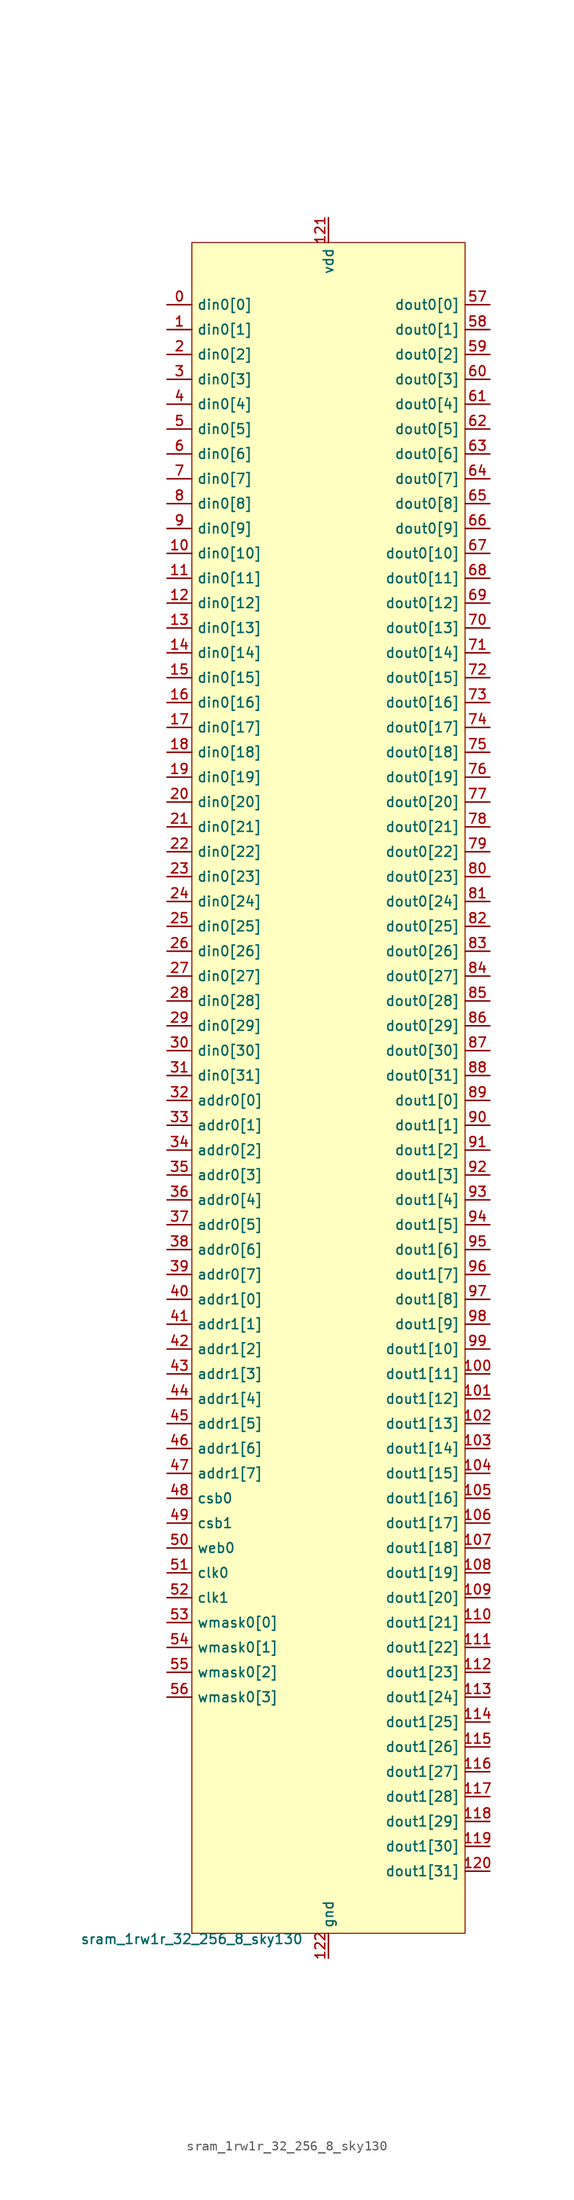
<source format=kicad_sym>
(kicad_symbol_lib
  (version 20211014)
  (generator lef2kicad_sym)
  (symbol "sram_1rw1r_32_256_8_sky130"
    (property "Reference" "X"
      (at 0 0 0)
      (effects (font (size 1 1)) hide))
    (property "Value" "sram_1rw1r_32_256_8_sky130"
      (at -13.97 -86.36 0)
      (effects (font (size 1 1)) (justify top)))
    (rectangle
      (start -13.97 -86.36)
      (end 13.97 86.36)
      (stroke (width 0.1) (type solid) (color 0 0 0 0))
      (fill (type background)))
    (pin input line
      (at -16.51 80.01 0)
      (length 2.54)
      (name "din0[0]" (effects (font (size 1 1)) hide))
      (number "0" (effects (font (size 1 1)) hide)))
    (pin input line
      (at -16.51 77.47 0)
      (length 2.54)
      (name "din0[1]" (effects (font (size 1 1)) hide))
      (number "1" (effects (font (size 1 1)) hide)))
    (pin input line
      (at -16.51 74.93 0)
      (length 2.54)
      (name "din0[2]" (effects (font (size 1 1)) hide))
      (number "2" (effects (font (size 1 1)) hide)))
    (pin input line
      (at -16.51 72.39 0)
      (length 2.54)
      (name "din0[3]" (effects (font (size 1 1)) hide))
      (number "3" (effects (font (size 1 1)) hide)))
    (pin input line
      (at -16.51 69.85 0)
      (length 2.54)
      (name "din0[4]" (effects (font (size 1 1)) hide))
      (number "4" (effects (font (size 1 1)) hide)))
    (pin input line
      (at -16.51 67.31 0)
      (length 2.54)
      (name "din0[5]" (effects (font (size 1 1)) hide))
      (number "5" (effects (font (size 1 1)) hide)))
    (pin input line
      (at -16.51 64.77 0)
      (length 2.54)
      (name "din0[6]" (effects (font (size 1 1)) hide))
      (number "6" (effects (font (size 1 1)) hide)))
    (pin input line
      (at -16.51 62.23 0)
      (length 2.54)
      (name "din0[7]" (effects (font (size 1 1)) hide))
      (number "7" (effects (font (size 1 1)) hide)))
    (pin input line
      (at -16.51 59.69 0)
      (length 2.54)
      (name "din0[8]" (effects (font (size 1 1)) hide))
      (number "8" (effects (font (size 1 1)) hide)))
    (pin input line
      (at -16.51 57.15 0)
      (length 2.54)
      (name "din0[9]" (effects (font (size 1 1)) hide))
      (number "9" (effects (font (size 1 1)) hide)))
    (pin input line
      (at -16.51 54.61 0)
      (length 2.54)
      (name "din0[10]" (effects (font (size 1 1)) hide))
      (number "10" (effects (font (size 1 1)) hide)))
    (pin input line
      (at -16.51 52.07 0)
      (length 2.54)
      (name "din0[11]" (effects (font (size 1 1)) hide))
      (number "11" (effects (font (size 1 1)) hide)))
    (pin input line
      (at -16.51 49.53 0)
      (length 2.54)
      (name "din0[12]" (effects (font (size 1 1)) hide))
      (number "12" (effects (font (size 1 1)) hide)))
    (pin input line
      (at -16.51 46.99 0)
      (length 2.54)
      (name "din0[13]" (effects (font (size 1 1)) hide))
      (number "13" (effects (font (size 1 1)) hide)))
    (pin input line
      (at -16.51 44.45 0)
      (length 2.54)
      (name "din0[14]" (effects (font (size 1 1)) hide))
      (number "14" (effects (font (size 1 1)) hide)))
    (pin input line
      (at -16.51 41.91 0)
      (length 2.54)
      (name "din0[15]" (effects (font (size 1 1)) hide))
      (number "15" (effects (font (size 1 1)) hide)))
    (pin input line
      (at -16.51 39.37 0)
      (length 2.54)
      (name "din0[16]" (effects (font (size 1 1)) hide))
      (number "16" (effects (font (size 1 1)) hide)))
    (pin input line
      (at -16.51 36.83 0)
      (length 2.54)
      (name "din0[17]" (effects (font (size 1 1)) hide))
      (number "17" (effects (font (size 1 1)) hide)))
    (pin input line
      (at -16.51 34.29 0)
      (length 2.54)
      (name "din0[18]" (effects (font (size 1 1)) hide))
      (number "18" (effects (font (size 1 1)) hide)))
    (pin input line
      (at -16.51 31.75 0)
      (length 2.54)
      (name "din0[19]" (effects (font (size 1 1)) hide))
      (number "19" (effects (font (size 1 1)) hide)))
    (pin input line
      (at -16.51 29.21 0)
      (length 2.54)
      (name "din0[20]" (effects (font (size 1 1)) hide))
      (number "20" (effects (font (size 1 1)) hide)))
    (pin input line
      (at -16.51 26.67 0)
      (length 2.54)
      (name "din0[21]" (effects (font (size 1 1)) hide))
      (number "21" (effects (font (size 1 1)) hide)))
    (pin input line
      (at -16.51 24.13 0)
      (length 2.54)
      (name "din0[22]" (effects (font (size 1 1)) hide))
      (number "22" (effects (font (size 1 1)) hide)))
    (pin input line
      (at -16.51 21.59 0)
      (length 2.54)
      (name "din0[23]" (effects (font (size 1 1)) hide))
      (number "23" (effects (font (size 1 1)) hide)))
    (pin input line
      (at -16.51 19.05 0)
      (length 2.54)
      (name "din0[24]" (effects (font (size 1 1)) hide))
      (number "24" (effects (font (size 1 1)) hide)))
    (pin input line
      (at -16.51 16.51 0)
      (length 2.54)
      (name "din0[25]" (effects (font (size 1 1)) hide))
      (number "25" (effects (font (size 1 1)) hide)))
    (pin input line
      (at -16.51 13.97 0)
      (length 2.54)
      (name "din0[26]" (effects (font (size 1 1)) hide))
      (number "26" (effects (font (size 1 1)) hide)))
    (pin input line
      (at -16.51 11.43 0)
      (length 2.54)
      (name "din0[27]" (effects (font (size 1 1)) hide))
      (number "27" (effects (font (size 1 1)) hide)))
    (pin input line
      (at -16.51 8.89 0)
      (length 2.54)
      (name "din0[28]" (effects (font (size 1 1)) hide))
      (number "28" (effects (font (size 1 1)) hide)))
    (pin input line
      (at -16.51 6.35 0)
      (length 2.54)
      (name "din0[29]" (effects (font (size 1 1)) hide))
      (number "29" (effects (font (size 1 1)) hide)))
    (pin input line
      (at -16.51 3.81 0)
      (length 2.54)
      (name "din0[30]" (effects (font (size 1 1)) hide))
      (number "30" (effects (font (size 1 1)) hide)))
    (pin input line
      (at -16.51 1.27 0)
      (length 2.54)
      (name "din0[31]" (effects (font (size 1 1)) hide))
      (number "31" (effects (font (size 1 1)) hide)))
    (pin input line
      (at -16.51 -1.27 0)
      (length 2.54)
      (name "addr0[0]" (effects (font (size 1 1)) hide))
      (number "32" (effects (font (size 1 1)) hide)))
    (pin input line
      (at -16.51 -3.81 0)
      (length 2.54)
      (name "addr0[1]" (effects (font (size 1 1)) hide))
      (number "33" (effects (font (size 1 1)) hide)))
    (pin input line
      (at -16.51 -6.35 0)
      (length 2.54)
      (name "addr0[2]" (effects (font (size 1 1)) hide))
      (number "34" (effects (font (size 1 1)) hide)))
    (pin input line
      (at -16.51 -8.89 0)
      (length 2.54)
      (name "addr0[3]" (effects (font (size 1 1)) hide))
      (number "35" (effects (font (size 1 1)) hide)))
    (pin input line
      (at -16.51 -11.43 0)
      (length 2.54)
      (name "addr0[4]" (effects (font (size 1 1)) hide))
      (number "36" (effects (font (size 1 1)) hide)))
    (pin input line
      (at -16.51 -13.97 0)
      (length 2.54)
      (name "addr0[5]" (effects (font (size 1 1)) hide))
      (number "37" (effects (font (size 1 1)) hide)))
    (pin input line
      (at -16.51 -16.51 0)
      (length 2.54)
      (name "addr0[6]" (effects (font (size 1 1)) hide))
      (number "38" (effects (font (size 1 1)) hide)))
    (pin input line
      (at -16.51 -19.05 0)
      (length 2.54)
      (name "addr0[7]" (effects (font (size 1 1)) hide))
      (number "39" (effects (font (size 1 1)) hide)))
    (pin input line
      (at -16.51 -21.59 0)
      (length 2.54)
      (name "addr1[0]" (effects (font (size 1 1)) hide))
      (number "40" (effects (font (size 1 1)) hide)))
    (pin input line
      (at -16.51 -24.13 0)
      (length 2.54)
      (name "addr1[1]" (effects (font (size 1 1)) hide))
      (number "41" (effects (font (size 1 1)) hide)))
    (pin input line
      (at -16.51 -26.67 0)
      (length 2.54)
      (name "addr1[2]" (effects (font (size 1 1)) hide))
      (number "42" (effects (font (size 1 1)) hide)))
    (pin input line
      (at -16.51 -29.21 0)
      (length 2.54)
      (name "addr1[3]" (effects (font (size 1 1)) hide))
      (number "43" (effects (font (size 1 1)) hide)))
    (pin input line
      (at -16.51 -31.75 0)
      (length 2.54)
      (name "addr1[4]" (effects (font (size 1 1)) hide))
      (number "44" (effects (font (size 1 1)) hide)))
    (pin input line
      (at -16.51 -34.29 0)
      (length 2.54)
      (name "addr1[5]" (effects (font (size 1 1)) hide))
      (number "45" (effects (font (size 1 1)) hide)))
    (pin input line
      (at -16.51 -36.83 0)
      (length 2.54)
      (name "addr1[6]" (effects (font (size 1 1)) hide))
      (number "46" (effects (font (size 1 1)) hide)))
    (pin input line
      (at -16.51 -39.37 0)
      (length 2.54)
      (name "addr1[7]" (effects (font (size 1 1)) hide))
      (number "47" (effects (font (size 1 1)) hide)))
    (pin input line
      (at -16.51 -41.91 0)
      (length 2.54)
      (name "csb0" (effects (font (size 1 1)) hide))
      (number "48" (effects (font (size 1 1)) hide)))
    (pin input line
      (at -16.51 -44.45 0)
      (length 2.54)
      (name "csb1" (effects (font (size 1 1)) hide))
      (number "49" (effects (font (size 1 1)) hide)))
    (pin input line
      (at -16.51 -46.99 0)
      (length 2.54)
      (name "web0" (effects (font (size 1 1)) hide))
      (number "50" (effects (font (size 1 1)) hide)))
    (pin input line
      (at -16.51 -49.53 0)
      (length 2.54)
      (name "clk0" (effects (font (size 1 1)) hide))
      (number "51" (effects (font (size 1 1)) hide)))
    (pin input line
      (at -16.51 -52.07 0)
      (length 2.54)
      (name "clk1" (effects (font (size 1 1)) hide))
      (number "52" (effects (font (size 1 1)) hide)))
    (pin input line
      (at -16.51 -54.61 0)
      (length 2.54)
      (name "wmask0[0]" (effects (font (size 1 1)) hide))
      (number "53" (effects (font (size 1 1)) hide)))
    (pin input line
      (at -16.51 -57.15 0)
      (length 2.54)
      (name "wmask0[1]" (effects (font (size 1 1)) hide))
      (number "54" (effects (font (size 1 1)) hide)))
    (pin input line
      (at -16.51 -59.69 0)
      (length 2.54)
      (name "wmask0[2]" (effects (font (size 1 1)) hide))
      (number "55" (effects (font (size 1 1)) hide)))
    (pin input line
      (at -16.51 -62.23 0)
      (length 2.54)
      (name "wmask0[3]" (effects (font (size 1 1)) hide))
      (number "56" (effects (font (size 1 1)) hide)))
    (pin output line
      (at 16.51 80.01 180)
      (length 2.54)
      (name "dout0[0]" (effects (font (size 1 1)) hide))
      (number "57" (effects (font (size 1 1)) hide)))
    (pin output line
      (at 16.51 77.47 180)
      (length 2.54)
      (name "dout0[1]" (effects (font (size 1 1)) hide))
      (number "58" (effects (font (size 1 1)) hide)))
    (pin output line
      (at 16.51 74.93 180)
      (length 2.54)
      (name "dout0[2]" (effects (font (size 1 1)) hide))
      (number "59" (effects (font (size 1 1)) hide)))
    (pin output line
      (at 16.51 72.39 180)
      (length 2.54)
      (name "dout0[3]" (effects (font (size 1 1)) hide))
      (number "60" (effects (font (size 1 1)) hide)))
    (pin output line
      (at 16.51 69.85 180)
      (length 2.54)
      (name "dout0[4]" (effects (font (size 1 1)) hide))
      (number "61" (effects (font (size 1 1)) hide)))
    (pin output line
      (at 16.51 67.31 180)
      (length 2.54)
      (name "dout0[5]" (effects (font (size 1 1)) hide))
      (number "62" (effects (font (size 1 1)) hide)))
    (pin output line
      (at 16.51 64.77 180)
      (length 2.54)
      (name "dout0[6]" (effects (font (size 1 1)) hide))
      (number "63" (effects (font (size 1 1)) hide)))
    (pin output line
      (at 16.51 62.23 180)
      (length 2.54)
      (name "dout0[7]" (effects (font (size 1 1)) hide))
      (number "64" (effects (font (size 1 1)) hide)))
    (pin output line
      (at 16.51 59.69 180)
      (length 2.54)
      (name "dout0[8]" (effects (font (size 1 1)) hide))
      (number "65" (effects (font (size 1 1)) hide)))
    (pin output line
      (at 16.51 57.15 180)
      (length 2.54)
      (name "dout0[9]" (effects (font (size 1 1)) hide))
      (number "66" (effects (font (size 1 1)) hide)))
    (pin output line
      (at 16.51 54.61 180)
      (length 2.54)
      (name "dout0[10]" (effects (font (size 1 1)) hide))
      (number "67" (effects (font (size 1 1)) hide)))
    (pin output line
      (at 16.51 52.07 180)
      (length 2.54)
      (name "dout0[11]" (effects (font (size 1 1)) hide))
      (number "68" (effects (font (size 1 1)) hide)))
    (pin output line
      (at 16.51 49.53 180)
      (length 2.54)
      (name "dout0[12]" (effects (font (size 1 1)) hide))
      (number "69" (effects (font (size 1 1)) hide)))
    (pin output line
      (at 16.51 46.99 180)
      (length 2.54)
      (name "dout0[13]" (effects (font (size 1 1)) hide))
      (number "70" (effects (font (size 1 1)) hide)))
    (pin output line
      (at 16.51 44.45 180)
      (length 2.54)
      (name "dout0[14]" (effects (font (size 1 1)) hide))
      (number "71" (effects (font (size 1 1)) hide)))
    (pin output line
      (at 16.51 41.91 180)
      (length 2.54)
      (name "dout0[15]" (effects (font (size 1 1)) hide))
      (number "72" (effects (font (size 1 1)) hide)))
    (pin output line
      (at 16.51 39.37 180)
      (length 2.54)
      (name "dout0[16]" (effects (font (size 1 1)) hide))
      (number "73" (effects (font (size 1 1)) hide)))
    (pin output line
      (at 16.51 36.83 180)
      (length 2.54)
      (name "dout0[17]" (effects (font (size 1 1)) hide))
      (number "74" (effects (font (size 1 1)) hide)))
    (pin output line
      (at 16.51 34.29 180)
      (length 2.54)
      (name "dout0[18]" (effects (font (size 1 1)) hide))
      (number "75" (effects (font (size 1 1)) hide)))
    (pin output line
      (at 16.51 31.75 180)
      (length 2.54)
      (name "dout0[19]" (effects (font (size 1 1)) hide))
      (number "76" (effects (font (size 1 1)) hide)))
    (pin output line
      (at 16.51 29.21 180)
      (length 2.54)
      (name "dout0[20]" (effects (font (size 1 1)) hide))
      (number "77" (effects (font (size 1 1)) hide)))
    (pin output line
      (at 16.51 26.67 180)
      (length 2.54)
      (name "dout0[21]" (effects (font (size 1 1)) hide))
      (number "78" (effects (font (size 1 1)) hide)))
    (pin output line
      (at 16.51 24.13 180)
      (length 2.54)
      (name "dout0[22]" (effects (font (size 1 1)) hide))
      (number "79" (effects (font (size 1 1)) hide)))
    (pin output line
      (at 16.51 21.59 180)
      (length 2.54)
      (name "dout0[23]" (effects (font (size 1 1)) hide))
      (number "80" (effects (font (size 1 1)) hide)))
    (pin output line
      (at 16.51 19.05 180)
      (length 2.54)
      (name "dout0[24]" (effects (font (size 1 1)) hide))
      (number "81" (effects (font (size 1 1)) hide)))
    (pin output line
      (at 16.51 16.51 180)
      (length 2.54)
      (name "dout0[25]" (effects (font (size 1 1)) hide))
      (number "82" (effects (font (size 1 1)) hide)))
    (pin output line
      (at 16.51 13.97 180)
      (length 2.54)
      (name "dout0[26]" (effects (font (size 1 1)) hide))
      (number "83" (effects (font (size 1 1)) hide)))
    (pin output line
      (at 16.51 11.43 180)
      (length 2.54)
      (name "dout0[27]" (effects (font (size 1 1)) hide))
      (number "84" (effects (font (size 1 1)) hide)))
    (pin output line
      (at 16.51 8.89 180)
      (length 2.54)
      (name "dout0[28]" (effects (font (size 1 1)) hide))
      (number "85" (effects (font (size 1 1)) hide)))
    (pin output line
      (at 16.51 6.35 180)
      (length 2.54)
      (name "dout0[29]" (effects (font (size 1 1)) hide))
      (number "86" (effects (font (size 1 1)) hide)))
    (pin output line
      (at 16.51 3.81 180)
      (length 2.54)
      (name "dout0[30]" (effects (font (size 1 1)) hide))
      (number "87" (effects (font (size 1 1)) hide)))
    (pin output line
      (at 16.51 1.27 180)
      (length 2.54)
      (name "dout0[31]" (effects (font (size 1 1)) hide))
      (number "88" (effects (font (size 1 1)) hide)))
    (pin output line
      (at 16.51 -1.27 180)
      (length 2.54)
      (name "dout1[0]" (effects (font (size 1 1)) hide))
      (number "89" (effects (font (size 1 1)) hide)))
    (pin output line
      (at 16.51 -3.81 180)
      (length 2.54)
      (name "dout1[1]" (effects (font (size 1 1)) hide))
      (number "90" (effects (font (size 1 1)) hide)))
    (pin output line
      (at 16.51 -6.35 180)
      (length 2.54)
      (name "dout1[2]" (effects (font (size 1 1)) hide))
      (number "91" (effects (font (size 1 1)) hide)))
    (pin output line
      (at 16.51 -8.89 180)
      (length 2.54)
      (name "dout1[3]" (effects (font (size 1 1)) hide))
      (number "92" (effects (font (size 1 1)) hide)))
    (pin output line
      (at 16.51 -11.43 180)
      (length 2.54)
      (name "dout1[4]" (effects (font (size 1 1)) hide))
      (number "93" (effects (font (size 1 1)) hide)))
    (pin output line
      (at 16.51 -13.97 180)
      (length 2.54)
      (name "dout1[5]" (effects (font (size 1 1)) hide))
      (number "94" (effects (font (size 1 1)) hide)))
    (pin output line
      (at 16.51 -16.51 180)
      (length 2.54)
      (name "dout1[6]" (effects (font (size 1 1)) hide))
      (number "95" (effects (font (size 1 1)) hide)))
    (pin output line
      (at 16.51 -19.05 180)
      (length 2.54)
      (name "dout1[7]" (effects (font (size 1 1)) hide))
      (number "96" (effects (font (size 1 1)) hide)))
    (pin output line
      (at 16.51 -21.59 180)
      (length 2.54)
      (name "dout1[8]" (effects (font (size 1 1)) hide))
      (number "97" (effects (font (size 1 1)) hide)))
    (pin output line
      (at 16.51 -24.13 180)
      (length 2.54)
      (name "dout1[9]" (effects (font (size 1 1)) hide))
      (number "98" (effects (font (size 1 1)) hide)))
    (pin output line
      (at 16.51 -26.67 180)
      (length 2.54)
      (name "dout1[10]" (effects (font (size 1 1)) hide))
      (number "99" (effects (font (size 1 1)) hide)))
    (pin output line
      (at 16.51 -29.21 180)
      (length 2.54)
      (name "dout1[11]" (effects (font (size 1 1)) hide))
      (number "100" (effects (font (size 1 1)) hide)))
    (pin output line
      (at 16.51 -31.75 180)
      (length 2.54)
      (name "dout1[12]" (effects (font (size 1 1)) hide))
      (number "101" (effects (font (size 1 1)) hide)))
    (pin output line
      (at 16.51 -34.29 180)
      (length 2.54)
      (name "dout1[13]" (effects (font (size 1 1)) hide))
      (number "102" (effects (font (size 1 1)) hide)))
    (pin output line
      (at 16.51 -36.83 180)
      (length 2.54)
      (name "dout1[14]" (effects (font (size 1 1)) hide))
      (number "103" (effects (font (size 1 1)) hide)))
    (pin output line
      (at 16.51 -39.37 180)
      (length 2.54)
      (name "dout1[15]" (effects (font (size 1 1)) hide))
      (number "104" (effects (font (size 1 1)) hide)))
    (pin output line
      (at 16.51 -41.91 180)
      (length 2.54)
      (name "dout1[16]" (effects (font (size 1 1)) hide))
      (number "105" (effects (font (size 1 1)) hide)))
    (pin output line
      (at 16.51 -44.45 180)
      (length 2.54)
      (name "dout1[17]" (effects (font (size 1 1)) hide))
      (number "106" (effects (font (size 1 1)) hide)))
    (pin output line
      (at 16.51 -46.99 180)
      (length 2.54)
      (name "dout1[18]" (effects (font (size 1 1)) hide))
      (number "107" (effects (font (size 1 1)) hide)))
    (pin output line
      (at 16.51 -49.53 180)
      (length 2.54)
      (name "dout1[19]" (effects (font (size 1 1)) hide))
      (number "108" (effects (font (size 1 1)) hide)))
    (pin output line
      (at 16.51 -52.07 180)
      (length 2.54)
      (name "dout1[20]" (effects (font (size 1 1)) hide))
      (number "109" (effects (font (size 1 1)) hide)))
    (pin output line
      (at 16.51 -54.61 180)
      (length 2.54)
      (name "dout1[21]" (effects (font (size 1 1)) hide))
      (number "110" (effects (font (size 1 1)) hide)))
    (pin output line
      (at 16.51 -57.15 180)
      (length 2.54)
      (name "dout1[22]" (effects (font (size 1 1)) hide))
      (number "111" (effects (font (size 1 1)) hide)))
    (pin output line
      (at 16.51 -59.69 180)
      (length 2.54)
      (name "dout1[23]" (effects (font (size 1 1)) hide))
      (number "112" (effects (font (size 1 1)) hide)))
    (pin output line
      (at 16.51 -62.23 180)
      (length 2.54)
      (name "dout1[24]" (effects (font (size 1 1)) hide))
      (number "113" (effects (font (size 1 1)) hide)))
    (pin output line
      (at 16.51 -64.77 180)
      (length 2.54)
      (name "dout1[25]" (effects (font (size 1 1)) hide))
      (number "114" (effects (font (size 1 1)) hide)))
    (pin output line
      (at 16.51 -67.31 180)
      (length 2.54)
      (name "dout1[26]" (effects (font (size 1 1)) hide))
      (number "115" (effects (font (size 1 1)) hide)))
    (pin output line
      (at 16.51 -69.85 180)
      (length 2.54)
      (name "dout1[27]" (effects (font (size 1 1)) hide))
      (number "116" (effects (font (size 1 1)) hide)))
    (pin output line
      (at 16.51 -72.39 180)
      (length 2.54)
      (name "dout1[28]" (effects (font (size 1 1)) hide))
      (number "117" (effects (font (size 1 1)) hide)))
    (pin output line
      (at 16.51 -74.93 180)
      (length 2.54)
      (name "dout1[29]" (effects (font (size 1 1)) hide))
      (number "118" (effects (font (size 1 1)) hide)))
    (pin output line
      (at 16.51 -77.47 180)
      (length 2.54)
      (name "dout1[30]" (effects (font (size 1 1)) hide))
      (number "119" (effects (font (size 1 1)) hide)))
    (pin output line
      (at 16.51 -80.01 180)
      (length 2.54)
      (name "dout1[31]" (effects (font (size 1 1)) hide))
      (number "120" (effects (font (size 1 1)) hide)))
    (pin power_in line
      (at 0.0 88.9 270)
      (length 2.54)
      (name "vdd" (effects (font (size 1 1)) hide))
      (number "121" (effects (font (size 1 1)) hide)))
    (pin power_in line
      (at 0.0 -88.9 90)
      (length 2.54)
      (name "gnd" (effects (font (size 1 1)) hide))
      (number "122" (effects (font (size 1 1)) hide)))))
</source>
